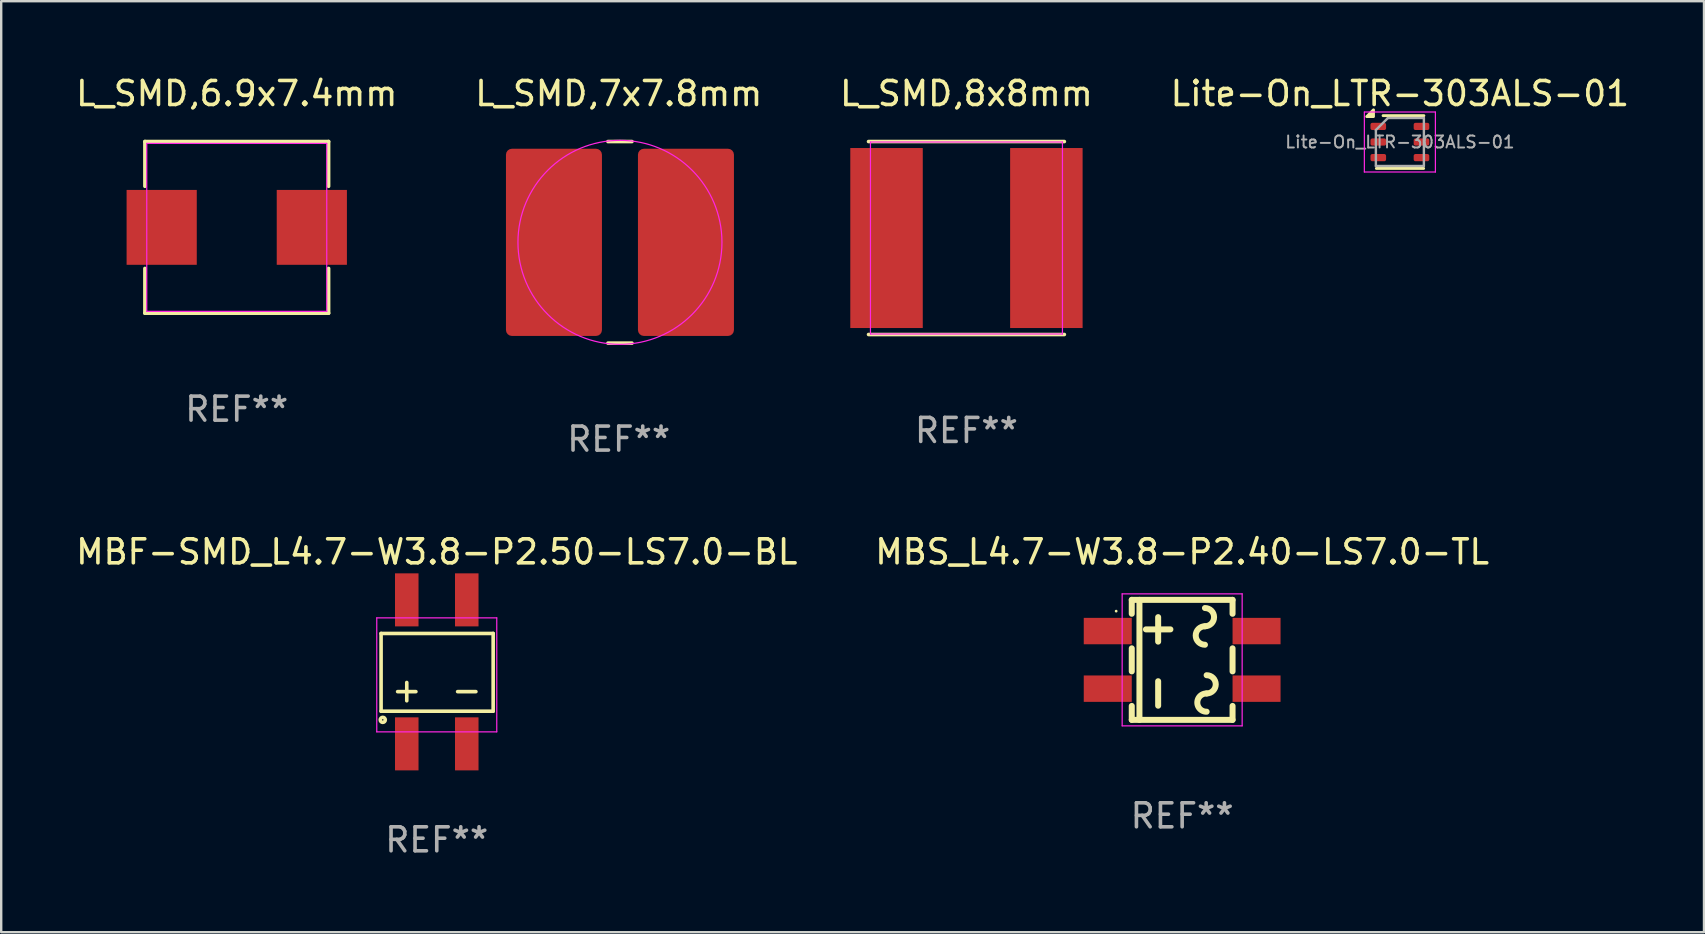
<source format=kicad_pcb>
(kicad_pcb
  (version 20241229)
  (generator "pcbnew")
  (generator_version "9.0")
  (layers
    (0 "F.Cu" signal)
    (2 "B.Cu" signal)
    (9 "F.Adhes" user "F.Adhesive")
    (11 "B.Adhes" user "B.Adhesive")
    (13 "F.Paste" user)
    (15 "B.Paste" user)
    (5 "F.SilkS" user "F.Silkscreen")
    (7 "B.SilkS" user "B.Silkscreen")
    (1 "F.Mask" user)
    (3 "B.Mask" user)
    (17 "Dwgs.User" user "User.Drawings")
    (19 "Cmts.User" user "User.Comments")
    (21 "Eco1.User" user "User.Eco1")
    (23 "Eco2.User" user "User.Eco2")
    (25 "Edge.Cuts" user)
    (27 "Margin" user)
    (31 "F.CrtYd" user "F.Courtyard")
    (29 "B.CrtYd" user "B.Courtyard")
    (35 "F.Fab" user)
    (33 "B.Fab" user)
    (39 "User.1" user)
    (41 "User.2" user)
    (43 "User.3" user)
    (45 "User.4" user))
  (footprint "L_SMD,8x8mm"
    (layer "F.Cu")
    (at 37.22 6.868)
    (property "Reference" "L_SMD,8x8mm" (at 0 -6.02 0) (layer "F.SilkS") (effects (font (size 1 1) (thickness 0.15))))
    (attr smd)
    (fp_line (start -4.08 -4.02) (end 4.08 -4.02) (stroke (width 0.15) (type solid)) (layer "F.SilkS"))
    (fp_line (start -4.08 4.02) (end 4.08 4.02) (stroke (width 0.15) (type solid)) (layer "F.SilkS"))
    (fp_line (start -4 -4) (end -4 4) (stroke (width 0.05) (type default)) (layer "F.CrtYd"))
    (fp_line (start -4 4) (end 4 4) (stroke (width 0.05) (type default)) (layer "F.CrtYd"))
    (fp_line (start 4 -4) (end -4 -4) (stroke (width 0.05) (type default)) (layer "F.CrtYd"))
    (fp_line (start 4 4) (end 4 -4) (stroke (width 0.05) (type default)) (layer "F.CrtYd"))
    (fp_text user "REF**" (at 0 8.02 0) (layer "F.Fab") (effects (font (size 1 1) (thickness 0.15))))
    (pad "1" smd rect (at 3.33 0) (size 3.02 7.5) (layers "F.Cu" "F.Mask" "F.Paste"))
    (pad "2" smd rect (at -3.33 0) (size 3.02 7.5) (layers "F.Cu" "F.Mask" "F.Paste")))
  (footprint "Lite-On_LTR-303ALS-01"
    (layer "F.Cu")
    (at 55.28 2.868)
    (property "Reference" "Lite-On_LTR-303ALS-01" (at 0 -2.02 0) (layer "F.SilkS") (effects (font (size 1 1) (thickness 0.15))))
    (attr smd)
    (fp_line (start -0.98 1.1) (end 0.99 1.1) (stroke (width 0.12) (type solid)) (layer "F.SilkS"))
    (fp_line (start -0.7 -1.1) (end 1 -1.1) (stroke (width 0.12) (type solid)) (layer "F.SilkS"))
    (fp_poly (pts (xy -1.1 -1.06) (xy -1.38 -1.06) (xy -1.1 -1.34) (xy -1.1 -1.06)) (stroke (width 0.12) (type solid)) (fill yes) (layer "F.SilkS"))
    (fp_line (start -1.48 -1.25) (end -1.48 1.25) (stroke (width 0.05) (type solid)) (layer "F.CrtYd"))
    (fp_line (start -1.48 1.25) (end 1.48 1.25) (stroke (width 0.05) (type solid)) (layer "F.CrtYd"))
    (fp_line (start 1.48 -1.25) (end -1.48 -1.25) (stroke (width 0.05) (type solid)) (layer "F.CrtYd"))
    (fp_line (start 1.48 1.25) (end 1.48 -1.25) (stroke (width 0.05) (type solid)) (layer "F.CrtYd"))
    (fp_line (start -1 -0.5) (end -0.5 -1) (stroke (width 0.1) (type solid)) (layer "F.Fab"))
    (fp_line (start -1 1) (end -1 -0.5) (stroke (width 0.1) (type solid)) (layer "F.Fab"))
    (fp_line (start -0.5 -1) (end 1 -1) (stroke (width 0.1) (type solid)) (layer "F.Fab"))
    (fp_line (start 1 -1) (end 1 1) (stroke (width 0.1) (type solid)) (layer "F.Fab"))
    (fp_line (start 1 1) (end -1 1) (stroke (width 0.1) (type solid)) (layer "F.Fab"))
    (fp_text user "${REFERENCE}" (at 0 0 0) (layer "F.Fab") (effects (font (size 0.5 0.5) (thickness 0.08))))
    (pad "1" smd roundrect (at -0.9 -0.65) (size 0.65 0.3) (layers "F.Cu" "F.Mask" "F.Paste") (roundrect_rratio 0.25))
    (pad "2" smd roundrect (at -0.9 0) (size 0.65 0.3) (layers "F.Cu" "F.Mask" "F.Paste") (roundrect_rratio 0.25))
    (pad "3" smd roundrect (at -0.9 0.65) (size 0.65 0.3) (layers "F.Cu" "F.Mask" "F.Paste") (roundrect_rratio 0.25))
    (pad "4" smd roundrect (at 0.9 0.65) (size 0.65 0.3) (layers "F.Cu" "F.Mask" "F.Paste") (roundrect_rratio 0.25))
    (pad "5" smd roundrect (at 0.9 0) (size 0.65 0.3) (layers "F.Cu" "F.Mask" "F.Paste") (roundrect_rratio 0.25))
    (pad "6" smd roundrect (at 0.9 -0.65) (size 0.65 0.3) (layers "F.Cu" "F.Mask" "F.Paste") (roundrect_rratio 0.25)))
  (footprint "MBS_L4.7-W3.8-P2.40-LS7.0-TL"
    (layer "F.Cu")
    (at 46.208 24.445)
    (property "Reference" "MBS_L4.7-W3.8-P2.40-LS7.0-TL" (at 0 -4.5 0) (layer "F.SilkS") (effects (font (size 1 1) (thickness 0.15))))
    (attr smd)
    (fp_line (start -2.1 -2.5) (end -2.1 -1.92) (stroke (width 0.25) (type solid)) (layer "F.SilkS"))
    (fp_line (start -2.1 -0.48) (end -2.1 0.48) (stroke (width 0.25) (type solid)) (layer "F.SilkS"))
    (fp_line (start -2.1 1.92) (end -2.1 2.5) (stroke (width 0.25) (type solid)) (layer "F.SilkS"))
    (fp_line (start -1.78 -2.5) (end -1.78 2.5) (stroke (width 0.25) (type solid)) (layer "F.SilkS"))
    (fp_line (start -1.51 -1.27) (end -0.49 -1.27) (stroke (width 0.25) (type solid)) (layer "F.SilkS"))
    (fp_line (start -1 -0.76) (end -1 -1.78) (stroke (width 0.25) (type solid)) (layer "F.SilkS"))
    (fp_line (start -1 1.91) (end -1 0.89) (stroke (width 0.25) (type solid)) (layer "F.SilkS"))
    (fp_line (start 2.1 -2.5) (end -2.1 -2.5) (stroke (width 0.25) (type solid)) (layer "F.SilkS"))
    (fp_line (start 2.1 -2.5) (end 2.1 -1.92) (stroke (width 0.25) (type solid)) (layer "F.SilkS"))
    (fp_line (start 2.1 -0.48) (end 2.1 0.48) (stroke (width 0.25) (type solid)) (layer "F.SilkS"))
    (fp_line (start 2.1 1.92) (end 2.1 2.5) (stroke (width 0.25) (type solid)) (layer "F.SilkS"))
    (fp_line (start 2.1 2.5) (end -2.1 2.5) (stroke (width 0.25) (type solid)) (layer "F.SilkS"))
    (fp_arc (start 0.95 -2.16) (mid 1.33 -1.78) (end 0.95 -1.4) (stroke (width 0.25) (type solid)) (layer "F.SilkS"))
    (fp_arc (start 0.95 -0.63) (mid 0.57 -1.02) (end 0.95 -1.4) (stroke (width 0.25) (type solid)) (layer "F.SilkS"))
    (fp_arc (start 1.02 0.64) (mid 1.4 1.02) (end 1.02 1.4) (stroke (width 0.25) (type solid)) (layer "F.SilkS"))
    (fp_arc (start 1.02 2.16) (mid 0.63 1.78) (end 1.02 1.4) (stroke (width 0.25) (type solid)) (layer "F.SilkS"))
    (fp_circle (center -2.75 -2.03) (end -2.72 -2.03) (stroke (width 0.06) (type solid)) (fill no) (layer "F.SilkS"))
    (fp_line (start -2.5 -2.75) (end 2.5 -2.75) (stroke (width 0.05) (type default)) (layer "F.CrtYd"))
    (fp_line (start -2.5 2.75) (end -2.5 -2.75) (stroke (width 0.05) (type default)) (layer "F.CrtYd"))
    (fp_line (start 2.5 -2.75) (end 2.5 2.75) (stroke (width 0.05) (type default)) (layer "F.CrtYd"))
    (fp_line (start 2.5 2.75) (end -2.5 2.75) (stroke (width 0.05) (type default)) (layer "F.CrtYd"))
    (fp_text user "REF**" (at 0 6.5 0) (layer "F.Fab") (effects (font (size 1 1) (thickness 0.15))))
    (pad "1" smd rect (at -3.1 -1.2) (size 2 1.1) (layers "F.Cu" "F.Mask" "F.Paste"))
    (pad "2" smd rect (at -3.1 1.2) (size 2 1.1) (layers "F.Cu" "F.Mask" "F.Paste"))
    (pad "3" smd rect (at 3.1 1.2) (size 2 1.1) (layers "F.Cu" "F.Mask" "F.Paste"))
    (pad "4" smd rect (at 3.1 -1.2) (size 2 1.1) (layers "F.Cu" "F.Mask" "F.Paste")))
  (footprint "L_SMD,6.9x7.4mm"
    (layer "F.Cu")
    (at 6.815 6.424)
    (property "Reference" "L_SMD,6.9x7.4mm" (at 0 -5.576 0) (layer "F.SilkS") (effects (font (size 1 1) (thickness 0.15))))
    (attr smd)
    (fp_line (start -3.826 -3.576) (end 3.826 -3.576) (stroke (width 0.152) (type solid)) (layer "F.SilkS"))
    (fp_line (start -3.826 -1.712) (end -3.826 -3.576) (stroke (width 0.152) (type solid)) (layer "F.SilkS"))
    (fp_line (start -3.826 1.712) (end -3.826 3.576) (stroke (width 0.152) (type solid)) (layer "F.SilkS"))
    (fp_line (start -3.826 3.576) (end 3.826 3.576) (stroke (width 0.152) (type solid)) (layer "F.SilkS"))
    (fp_line (start 3.826 -3.576) (end 3.826 -1.712) (stroke (width 0.152) (type solid)) (layer "F.SilkS"))
    (fp_line (start 3.826 3.576) (end 3.826 1.712) (stroke (width 0.152) (type solid)) (layer "F.SilkS"))
    (fp_line (start -3.75 -3.5) (end -3.75 3.5) (stroke (width 0.05) (type default)) (layer "F.CrtYd"))
    (fp_line (start -3.75 3.5) (end 3.75 3.5) (stroke (width 0.05) (type default)) (layer "F.CrtYd"))
    (fp_line (start 3.75 -3.5) (end -3.75 -3.5) (stroke (width 0.05) (type default)) (layer "F.CrtYd"))
    (fp_line (start 3.75 3.5) (end 3.75 -3.5) (stroke (width 0.05) (type default)) (layer "F.CrtYd"))
    (fp_text user "REF**" (at 0 7.576 0) (layer "F.Fab") (effects (font (size 1 1) (thickness 0.15))))
    (pad "1" smd rect (at 3.128 0) (size 2.924 3.12) (layers "F.Cu" "F.Mask" "F.Paste"))
    (pad "2" smd rect (at -3.128 0) (size 2.924 3.12) (layers "F.Cu" "F.Mask" "F.Paste")))
  (footprint "MBF-SMD_L4.7-W3.8-P2.50-LS7.0-BL"
    (layer "F.Cu")
    (at 15.149 24.945)
    (property "Reference" "MBF-SMD_L4.7-W3.8-P2.50-LS7.0-BL" (at 0 -5 0) (layer "F.SilkS") (effects (font (size 1 1) (thickness 0.15))))
    (attr smd)
    (fp_line (start -2.32 -1.6) (end -2.32 1.64) (stroke (width 0.15) (type solid)) (layer "F.SilkS"))
    (fp_line (start -2.32 1.64) (end 2.35 1.64) (stroke (width 0.15) (type solid)) (layer "F.SilkS"))
    (fp_line (start 2.35 -1.6) (end -2.32 -1.6) (stroke (width 0.15) (type solid)) (layer "F.SilkS"))
    (fp_line (start 2.35 1.64) (end 2.35 -1.6) (stroke (width 0.15) (type solid)) (layer "F.SilkS"))
    (fp_circle (center -2.25 2) (end -2.22 2) (stroke (width 0.15) (type solid)) (fill no) (layer "F.SilkS"))
    (fp_line (start -2.5 -2.25) (end -2.5 2.5) (stroke (width 0.05) (type default)) (layer "F.CrtYd"))
    (fp_line (start -2.5 2.5) (end 2.5 2.5) (stroke (width 0.05) (type default)) (layer "F.CrtYd"))
    (fp_line (start 2.5 -2.25) (end -2.5 -2.25) (stroke (width 0.05) (type default)) (layer "F.CrtYd"))
    (fp_line (start 2.5 2.5) (end 2.5 -2.25) (stroke (width 0.05) (type default)) (layer "F.CrtYd"))
    (fp_text user "-" (at 1.25 0.75 0) (layer "F.SilkS") (effects (font (size 1 1) (thickness 0.15))))
    (fp_text user "+" (at -1.25 0.75 0) (layer "F.SilkS") (effects (font (size 1 1) (thickness 0.15))))
    (fp_text user "REF**" (at 0 7 0) (layer "F.Fab") (effects (font (size 1 1) (thickness 0.15))))
    (pad "1" smd rect (at -1.25 3) (size 0.98 2.21) (layers "F.Cu" "F.Mask" "F.Paste"))
    (pad "2" smd rect (at 1.25 3) (size 0.98 2.21) (layers "F.Cu" "F.Mask" "F.Paste"))
    (pad "3" smd rect (at 1.25 -3) (size 0.98 2.21) (layers "F.Cu" "F.Mask" "F.Paste"))
    (pad "4" smd rect (at -1.25 -3) (size 0.98 2.21) (layers "F.Cu" "F.Mask" "F.Paste")))
  (footprint "L_SMD,7x7.8mm"
    (layer "F.Cu")
    (at 22.782 7.048)
    (property "Reference" "L_SMD,7x7.8mm" (at -0.05 -6.2 0) (layer "F.SilkS") (effects (font (size 1 1) (thickness 0.15))))
    (attr smd)
    (fp_line (start -0.5 -4.2) (end 0.5 -4.2) (stroke (width 0.15) (type solid)) (layer "F.SilkS"))
    (fp_line (start -0.5 4.2) (end 0.5 4.2) (stroke (width 0.15) (type solid)) (layer "F.SilkS"))
    (fp_circle (center 0 0) (end -4.25 0) (stroke (width 0.05) (type default)) (fill no) (layer "F.CrtYd"))
    (fp_text user "REF**" (at -0.05 8.2 0) (layer "F.Fab") (effects (font (size 1 1) (thickness 0.15))))
    (pad "1" smd roundrect (at -2.75 0) (size 4 7.8) (layers "F.Cu" "F.Mask" "F.Paste") (roundrect_rratio 0.062))
    (pad "2" smd roundrect (at 2.75 0) (size 4 7.8) (layers "F.Cu" "F.Mask" "F.Paste") (roundrect_rratio 0.062)))
  (gr_rect
    (start -3 -3)
    (end 67.952 35.793)
    (stroke (width 0.1) (type default))
    (fill no)
    (layer "Edge.Cuts")))
</source>
